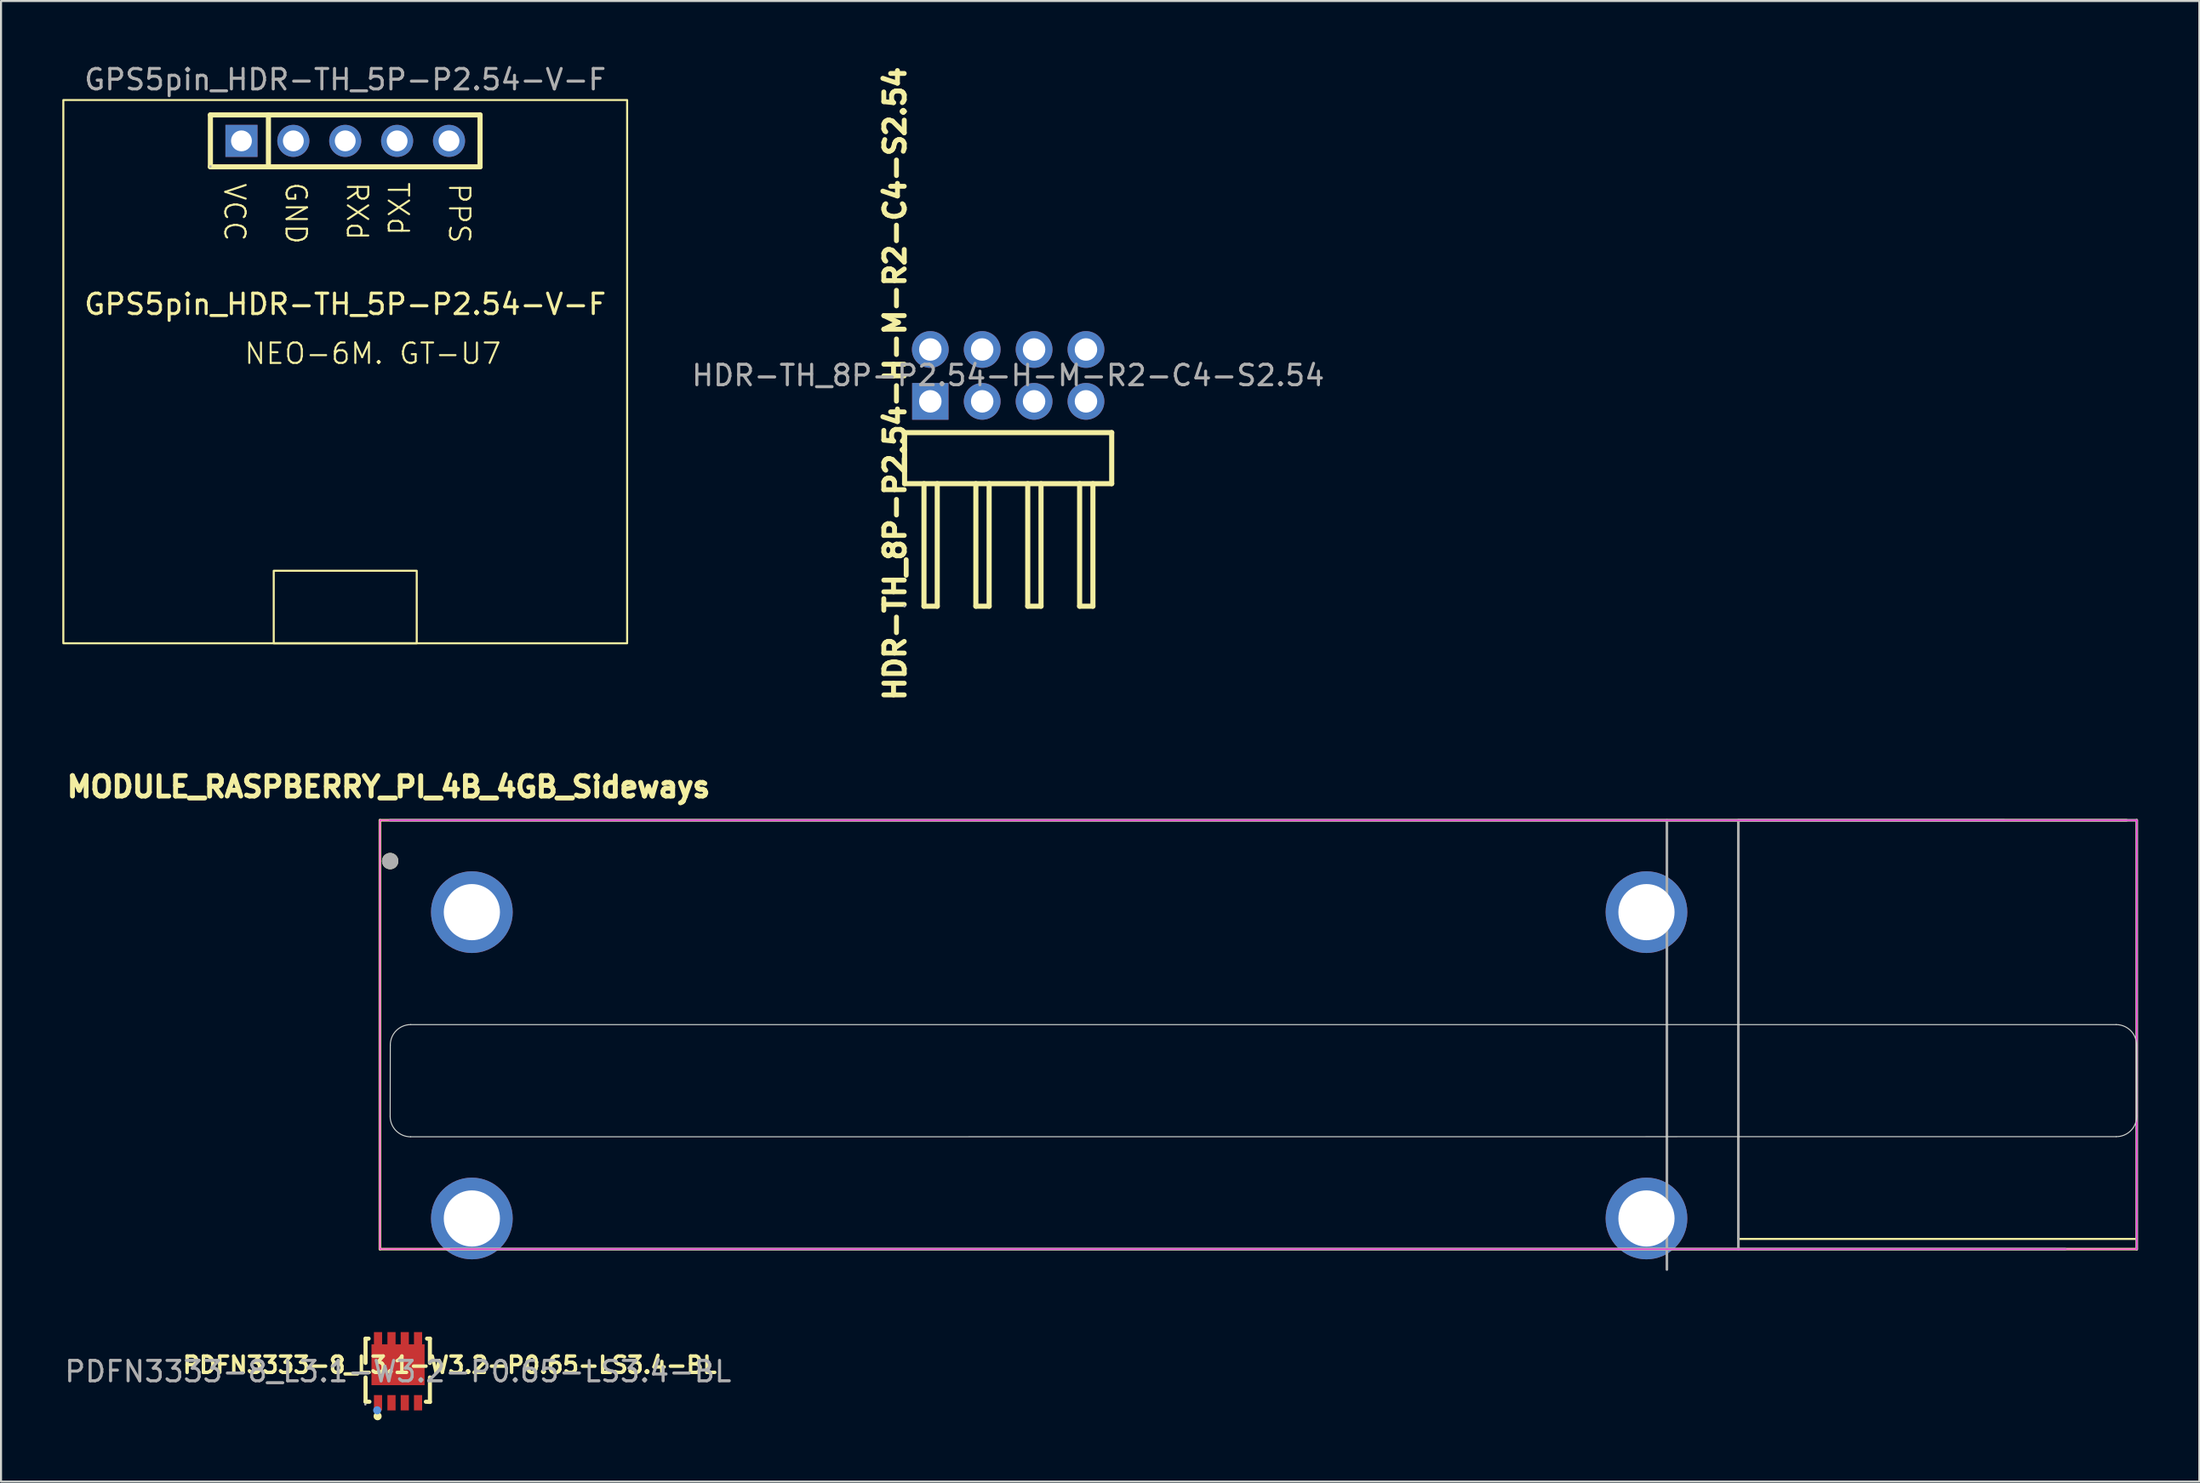
<source format=kicad_pcb>
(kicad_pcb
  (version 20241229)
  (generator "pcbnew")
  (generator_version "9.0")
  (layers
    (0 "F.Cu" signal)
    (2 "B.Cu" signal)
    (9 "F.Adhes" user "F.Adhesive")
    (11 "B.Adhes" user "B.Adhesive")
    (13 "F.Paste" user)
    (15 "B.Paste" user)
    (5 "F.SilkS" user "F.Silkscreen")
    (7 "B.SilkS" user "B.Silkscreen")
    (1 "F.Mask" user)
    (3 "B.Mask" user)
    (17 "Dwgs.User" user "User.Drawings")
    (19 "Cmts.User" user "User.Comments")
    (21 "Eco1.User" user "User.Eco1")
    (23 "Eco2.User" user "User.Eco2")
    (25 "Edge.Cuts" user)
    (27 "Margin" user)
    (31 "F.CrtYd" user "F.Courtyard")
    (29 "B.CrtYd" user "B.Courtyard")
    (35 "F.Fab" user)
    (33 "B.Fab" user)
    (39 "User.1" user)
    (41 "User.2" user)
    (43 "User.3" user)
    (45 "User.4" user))
  (footprint "HDR-TH_8P-P2.54-H-M-R2-C4-S2.54"
    (layer "F.Cu")
    (at 46.301 15.333)
    (property "Reference" "HDR-TH_8P-P2.54-H-M-R2-C4-S2.54" (at -5.536 0.404 270) (layer "F.SilkS") (effects (font (size 1 1) (thickness 0.24))))
    (attr through_hole)
    (fp_line (start -5.07 2.8) (end -5.07 5.3) (stroke (width 0.25) (type solid)) (layer "F.SilkS"))
    (fp_line (start -5.07 5.3) (end 5.07 5.3) (stroke (width 0.25) (type solid)) (layer "F.SilkS"))
    (fp_line (start -4.12 5.3) (end -4.12 11.3) (stroke (width 0.25) (type solid)) (layer "F.SilkS"))
    (fp_line (start -4.12 11.3) (end -3.47 11.3) (stroke (width 0.25) (type solid)) (layer "F.SilkS"))
    (fp_line (start -3.47 11.3) (end -3.47 5.3) (stroke (width 0.25) (type solid)) (layer "F.SilkS"))
    (fp_line (start -1.58 5.3) (end -1.58 11.3) (stroke (width 0.25) (type solid)) (layer "F.SilkS"))
    (fp_line (start -1.58 11.3) (end -0.93 11.3) (stroke (width 0.25) (type solid)) (layer "F.SilkS"))
    (fp_line (start -0.93 11.3) (end -0.93 5.3) (stroke (width 0.25) (type solid)) (layer "F.SilkS"))
    (fp_line (start 0.96 5.3) (end 0.96 11.3) (stroke (width 0.25) (type solid)) (layer "F.SilkS"))
    (fp_line (start 0.96 11.3) (end 1.61 11.3) (stroke (width 0.25) (type solid)) (layer "F.SilkS"))
    (fp_line (start 1.61 11.3) (end 1.61 5.3) (stroke (width 0.25) (type solid)) (layer "F.SilkS"))
    (fp_line (start 3.5 5.3) (end 3.5 11.3) (stroke (width 0.25) (type solid)) (layer "F.SilkS"))
    (fp_line (start 3.5 11.3) (end 4.15 11.3) (stroke (width 0.25) (type solid)) (layer "F.SilkS"))
    (fp_line (start 4.15 11.3) (end 4.15 5.3) (stroke (width 0.25) (type solid)) (layer "F.SilkS"))
    (fp_line (start 5.07 2.8) (end -5.07 2.8) (stroke (width 0.25) (type solid)) (layer "F.SilkS"))
    (fp_line (start 5.07 5.3) (end 5.07 2.8) (stroke (width 0.25) (type solid)) (layer "F.SilkS"))
    (fp_circle (center -5.07 11.3) (end -5.04 11.3) (stroke (width 0.06) (type solid)) (fill no) (layer "F.Fab"))
    (fp_text user "${REFERENCE}" (at 0 0 180) (layer "F.Fab") (effects (font (size 1 1) (thickness 0.15))))
    (pad "1" thru_hole rect (at -3.81 1.27 180) (size 1.78 1.8) (drill 1.1) (layers "*.Cu" "*.Mask"))
    (pad "2" thru_hole circle (at -3.81 -1.27 180) (size 1.8 1.8) (drill 1.1) (layers "*.Cu" "*.Mask"))
    (pad "3" thru_hole circle (at -1.27 1.27 180) (size 1.8 1.8) (drill 1.1) (layers "*.Cu" "*.Mask"))
    (pad "4" thru_hole circle (at -1.27 -1.27 180) (size 1.8 1.8) (drill 1.1) (layers "*.Cu" "*.Mask"))
    (pad "5" thru_hole circle (at 1.27 1.27 180) (size 1.8 1.8) (drill 1.1) (layers "*.Cu" "*.Mask"))
    (pad "6" thru_hole circle (at 1.27 -1.27 180) (size 1.8 1.8) (drill 1.1) (layers "*.Cu" "*.Mask"))
    (pad "7" thru_hole circle (at 3.81 1.27 180) (size 1.8 1.8) (drill 1.1) (layers "*.Cu" "*.Mask"))
    (pad "8" thru_hole circle (at 3.81 -1.27 180) (size 1.8 1.8) (drill 1.1) (layers "*.Cu" "*.Mask")))
  (footprint "GPS5pin_HDR-TH_5P-P2.54-V-F"
    (layer "F.Cu")
    (at 13.85 3.848)
    (property "Reference" "GPS5pin_HDR-TH_5P-P2.54-V-F" (at 0 8 0) (layer "F.SilkS") (effects (font (size 1 1) (thickness 0.15))))
    (attr through_hole)
    (fp_line (start -6.6 -1.27) (end -6.6 1.27) (stroke (width 0.25) (type solid)) (layer "F.SilkS"))
    (fp_line (start -6.6 1.27) (end 6.6 1.27) (stroke (width 0.25) (type solid)) (layer "F.SilkS"))
    (fp_line (start -3.76 -1.27) (end -3.76 1.27) (stroke (width 0.25) (type solid)) (layer "F.SilkS"))
    (fp_line (start 6.6 -1.27) (end -6.6 -1.27) (stroke (width 0.25) (type solid)) (layer "F.SilkS"))
    (fp_line (start 6.6 1.27) (end 6.6 -1.27) (stroke (width 0.25) (type solid)) (layer "F.SilkS"))
    (fp_rect (start -13.8 -2) (end 13.8 24.6) (stroke (width 0.1) (type solid)) (fill no) (layer "F.SilkS"))
    (fp_rect (start -3.5 21.05) (end 3.5 24.6) (stroke (width 0.1) (type default)) (fill no) (layer "F.SilkS"))
    (fp_circle (center -6.6 1.25) (end -6.57 1.25) (stroke (width 0.06) (type solid)) (fill no) (layer "F.Fab"))
    (fp_text user "PPS" (at 5 2 270) (unlocked yes) (layer "F.SilkS") (effects (font (size 1 1) (thickness 0.1)) (justify left bottom)))
    (fp_text user "TXd" (at 2 1.95 270) (unlocked yes) (layer "F.SilkS") (effects (font (size 1 1) (thickness 0.1)) (justify left bottom)))
    (fp_text user "VCC" (at -6 2 270) (unlocked yes) (layer "F.SilkS") (effects (font (size 1 1) (thickness 0.1)) (justify left bottom)))
    (fp_text user "GND" (at -3 1.95 270) (unlocked yes) (layer "F.SilkS") (effects (font (size 1 1) (thickness 0.1)) (justify left bottom)))
    (fp_text user "NEO-6M. GT-U7 " (at -5 11 0) (unlocked yes) (layer "F.SilkS") (effects (font (size 1 1) (thickness 0.1)) (justify left bottom)))
    (fp_text user "RXd" (at 0 1.95 270) (unlocked yes) (layer "F.SilkS") (effects (font (size 1 1) (thickness 0.1)) (justify left bottom)))
    (fp_text user "${REFERENCE}" (at 0 -3 0) (layer "F.Fab") (effects (font (size 1 1) (thickness 0.15))))
    (pad "1" thru_hole rect (at -5.08 0) (size 1.57 1.57) (drill 1.02) (layers "*.Cu" "*.Mask"))
    (pad "2" thru_hole circle (at -2.54 0) (size 1.57 1.57) (drill 1.02) (layers "*.Cu" "*.Mask"))
    (pad "3" thru_hole circle (at 0 0) (size 1.57 1.57) (drill 1.02) (layers "*.Cu" "*.Mask"))
    (pad "4" thru_hole circle (at 2.54 0) (size 1.57 1.57) (drill 1.02) (layers "*.Cu" "*.Mask"))
    (pad "5" thru_hole circle (at 5.08 0) (size 1.57 1.57) (drill 1.02) (layers "*.Cu" "*.Mask")))
  (footprint "MODULE_RASPBERRY_PI_4B_4GB_Sideways"
    (layer "F.Cu")
    (at 58.549 50.114)
    (property "Reference" "MODULE_RASPBERRY_PI_4B_4GB_Sideways" (at -42.575 -14.635 0) (layer "F.SilkS") (effects (font (size 1 1) (thickness 0.24))))
    (attr through_hole exclude_from_pos_files exclude_from_bom)
    (fp_line (start -43 -13) (end -43 8) (stroke (width 0.127) (type solid)) (layer "F.SilkS"))
    (fp_line (start -43 8) (end 43 8) (stroke (width 0.127) (type solid)) (layer "F.SilkS"))
    (fp_line (start 42.5 -13) (end -43 -13) (stroke (width 0.127) (type solid)) (layer "F.SilkS"))
    (fp_line (start 43 8) (end 43 -13) (stroke (width 0.127) (type solid)) (layer "F.SilkS"))
    (fp_rect (start 23.5 -13) (end 43 7.5) (stroke (width 0.1) (type default)) (fill no) (layer "F.SilkS"))
    (fp_circle (center -42.5 -11) (end -42.3 -11) (stroke (width 0.4) (type solid)) (fill no) (layer "F.SilkS"))
    (fp_line (start -42.5 1.5) (end -42.493 -1.993) (stroke (width 0.05) (type solid)) (layer "Edge.Cuts"))
    (fp_line (start 41.993 -2.993) (end -41.493 -2.993) (stroke (width 0.05) (type solid)) (layer "Edge.Cuts"))
    (fp_line (start 41.993 2.493) (end -41.5 2.5) (stroke (width 0.05) (type solid)) (layer "Edge.Cuts"))
    (fp_line (start 43 1.493) (end 42.993 -1.993) (stroke (width 0.05) (type solid)) (layer "Edge.Cuts"))
    (fp_arc (start -42.492893 -1.992893) (mid -42.2 -2.7) (end -41.492893 -2.992893) (stroke (width 0.05) (type solid)) (layer "Edge.Cuts"))
    (fp_arc (start -41.5 2.5) (mid -42.207107 2.207107) (end -42.5 1.5) (stroke (width 0.05) (type solid)) (layer "Edge.Cuts"))
    (fp_arc (start 41.992893 -2.992893) (mid 42.700002 -2.700002) (end 42.992893 -1.992893) (stroke (width 0.05) (type solid)) (layer "Edge.Cuts"))
    (fp_arc (start 43 1.492893) (mid 42.707109 2.200004) (end 42 2.492893) (stroke (width 0.05) (type solid)) (layer "Edge.Cuts"))
    (fp_line (start -43 -13) (end 43 -13) (stroke (width 0.05) (type solid)) (layer "F.CrtYd"))
    (fp_line (start -43 8) (end -43 -13) (stroke (width 0.05) (type solid)) (layer "F.CrtYd"))
    (fp_line (start 43 -13) (end 43 8) (stroke (width 0.05) (type solid)) (layer "F.CrtYd"))
    (fp_line (start 43 8.002) (end -43 7.997) (stroke (width 0.05) (type solid)) (layer "F.CrtYd"))
    (fp_line (start -39.5 8) (end 39.5 8) (stroke (width 0.127) (type solid)) (layer "F.Fab"))
    (fp_line (start 20 -13) (end 20 9) (stroke (width 0.127) (type solid)) (layer "F.Fab"))
    (fp_line (start 23.5 -13) (end 23.5 8) (stroke (width 0.127) (type solid)) (layer "F.Fab"))
    (fp_line (start 36.5 -13) (end -42.5 -13) (stroke (width 0.127) (type solid)) (layer "F.Fab"))
    (fp_line (start 43 -13) (end 23.5 -13) (stroke (width 0.127) (type solid)) (layer "F.Fab"))
    (fp_line (start 43 8) (end 43 -13) (stroke (width 0.127) (type solid)) (layer "F.Fab"))
    (fp_circle (center -42.5 -11) (end -42.3 -11) (stroke (width 0.4) (type solid)) (fill no) (layer "F.Fab"))
    (pad "S1" thru_hole circle (at -38.5 -8.5) (size 4 4) (drill 2.75) (layers "*.Cu" "*.Mask"))
    (pad "S2" thru_hole circle (at 19 -8.5) (size 4 4) (drill 2.75) (layers "*.Cu" "*.Mask"))
    (pad "S3" thru_hole circle (at -38.5 6.5) (size 4 4) (drill 2.75) (layers "*.Cu" "*.Mask"))
    (pad "S3" thru_hole circle (at 19 6.5) (size 4 4) (drill 2.75) (layers "*.Cu" "*.Mask")))
  (footprint "PDFN3333-8_L3.1-W3.2-P0.65-LS3.4-BL"
    (layer "F.Cu")
    (at 16.435 64.107)
    (property "Reference" "PDFN3333-8_L3.1-W3.2-P0.65-LS3.4-BL" (at 2.531 -0.319 180) (layer "F.SilkS") (effects (font (size 0.8 0.8) (thickness 0.17) (bold yes))))
    (attr through_hole)
    (fp_line (start -1.59 -1.61) (end -1.44 -1.61) (stroke (width 0.2) (type solid)) (layer "F.SilkS"))
    (fp_line (start -1.59 -0.42) (end -1.59 -1.61) (stroke (width 0.2) (type solid)) (layer "F.SilkS"))
    (fp_line (start -1.59 1.48) (end -1.59 0.29) (stroke (width 0.2) (type solid)) (layer "F.SilkS"))
    (fp_line (start -1.59 1.48) (end -1.4 1.48) (stroke (width 0.2) (type solid)) (layer "F.SilkS"))
    (fp_line (start 1.36 1.48) (end 1.56 1.49) (stroke (width 0.2) (type solid)) (layer "F.SilkS"))
    (fp_line (start 1.42 -1.61) (end 1.56 -1.61) (stroke (width 0.2) (type solid)) (layer "F.SilkS"))
    (fp_line (start 1.56 -1.61) (end 1.56 -0.42) (stroke (width 0.2) (type solid)) (layer "F.SilkS"))
    (fp_line (start 1.56 0.29) (end 1.56 1.49) (stroke (width 0.2) (type solid)) (layer "F.SilkS"))
    (fp_circle (center -1 2.19) (end -0.9 2.19) (stroke (width 0.2) (type solid)) (fill no) (layer "F.SilkS"))
    (fp_circle (center -1.02 1.9) (end -0.92 1.9) (stroke (width 0.2) (type solid)) (fill no) (layer "Cmts.User"))
    (fp_circle (center -1.6 1.61) (end -1.57 1.61) (stroke (width 0.06) (type solid)) (fill no) (layer "F.Fab"))
    (fp_text user "${REFERENCE}" (at 0 0 180) (layer "F.Fab") (effects (font (size 1 1) (thickness 0.15))))
    (pad "1" smd rect (at -0.98 1.53 180) (size 0.4 0.75) (layers "F.Cu" "F.Mask" "F.Paste"))
    (pad "2" smd rect (at -0.32 1.53 180) (size 0.4 0.75) (layers "F.Cu" "F.Mask" "F.Paste"))
    (pad "3" smd rect (at 0.33 1.53 180) (size 0.4 0.75) (layers "F.Cu" "F.Mask" "F.Paste"))
    (pad "4" smd rect (at 0.98 1.53 180) (size 0.4 0.75) (layers "F.Cu" "F.Mask" "F.Paste"))
    (pad "5" smd rect (at 0.98 -1.53 180) (size 0.4 0.8) (layers "F.Cu" "F.Mask" "F.Paste"))
    (pad "6" smd rect (at 0.33 -1.53 180) (size 0.4 0.8) (layers "F.Cu" "F.Mask" "F.Paste"))
    (pad "7" smd rect (at -0.32 -1.53 180) (size 0.4 0.8) (layers "F.Cu" "F.Mask" "F.Paste"))
    (pad "8" smd rect (at -0.98 -1.53 180) (size 0.4 0.8) (layers "F.Cu" "F.Mask" "F.Paste"))
    (pad "9" smd rect (at 0 -0.33) (size 2.6 2) (layers "F.Cu" "F.Mask" "F.Paste")))
  (gr_rect
    (start -3 -3)
    (end 104.613 69.497)
    (stroke (width 0.1) (type default))
    (fill no)
    (layer "Edge.Cuts")))
</source>
